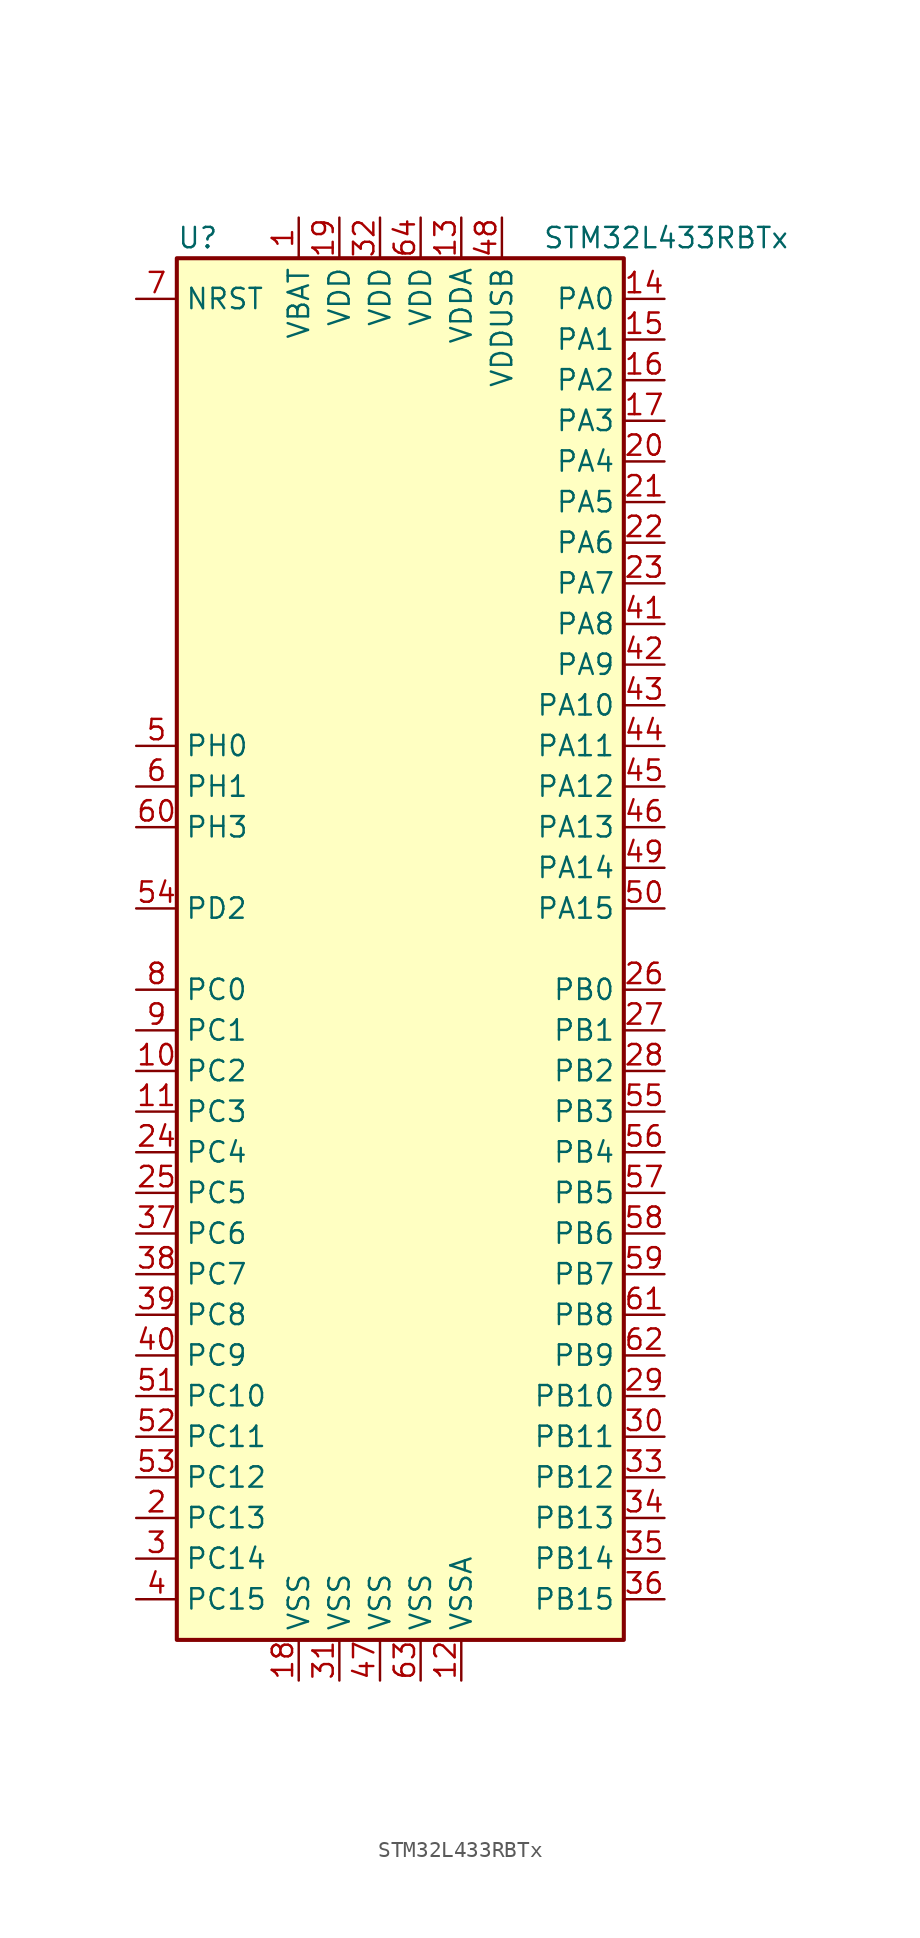
<source format=kicad_sym>
(kicad_symbol_lib
  (version 20201005)
  (generator kicad_symbol_editor)
  (symbol "STM32L433RBTx"
    (property "Reference" "U"
      (at -15.24 44.45 0)
      (effects (font (size 1.27 1.27)) (justify left)))
    (property "Value" "STM32L433RBTx"
      (at 7.62 44.45 0)
      (effects (font (size 1.27 1.27)) (justify left)))
    (symbol "STM32L433RBTx_0_1"
      (rectangle (start -15.24 -43.18) (end 12.7 43.18) (stroke (width 0.254)) (fill (type background))))
    (symbol "STM32L433RBTx_1_1"
      (pin input line (at -17.78 40.64 0) (length 2.54) (name "NRST" (effects (font (size 1.27 1.27)))) (number "7" (effects (font (size 1.27 1.27)))))
      (pin bidirectional line (at 15.24 40.64 180) (length 2.54) (name "PA0" (effects (font (size 1.27 1.27)))) (number "14" (effects (font (size 1.27 1.27)))))
      (pin bidirectional line (at 15.24 38.1 180) (length 2.54) (name "PA1" (effects (font (size 1.27 1.27)))) (number "15" (effects (font (size 1.27 1.27)))))
      (pin bidirectional line (at 15.24 15.24 180) (length 2.54) (name "PA10" (effects (font (size 1.27 1.27)))) (number "43" (effects (font (size 1.27 1.27)))))
      (pin bidirectional line (at 15.24 12.7 180) (length 2.54) (name "PA11" (effects (font (size 1.27 1.27)))) (number "44" (effects (font (size 1.27 1.27)))))
      (pin bidirectional line (at 15.24 10.16 180) (length 2.54) (name "PA12" (effects (font (size 1.27 1.27)))) (number "45" (effects (font (size 1.27 1.27)))))
      (pin bidirectional line (at 15.24 7.62 180) (length 2.54) (name "PA13" (effects (font (size 1.27 1.27)))) (number "46" (effects (font (size 1.27 1.27)))))
      (pin bidirectional line (at 15.24 5.08 180) (length 2.54) (name "PA14" (effects (font (size 1.27 1.27)))) (number "49" (effects (font (size 1.27 1.27)))))
      (pin bidirectional line (at 15.24 2.54 180) (length 2.54) (name "PA15" (effects (font (size 1.27 1.27)))) (number "50" (effects (font (size 1.27 1.27)))))
      (pin bidirectional line (at 15.24 35.56 180) (length 2.54) (name "PA2" (effects (font (size 1.27 1.27)))) (number "16" (effects (font (size 1.27 1.27)))))
      (pin bidirectional line (at 15.24 33.02 180) (length 2.54) (name "PA3" (effects (font (size 1.27 1.27)))) (number "17" (effects (font (size 1.27 1.27)))))
      (pin bidirectional line (at 15.24 30.48 180) (length 2.54) (name "PA4" (effects (font (size 1.27 1.27)))) (number "20" (effects (font (size 1.27 1.27)))))
      (pin bidirectional line (at 15.24 27.94 180) (length 2.54) (name "PA5" (effects (font (size 1.27 1.27)))) (number "21" (effects (font (size 1.27 1.27)))))
      (pin bidirectional line (at 15.24 25.4 180) (length 2.54) (name "PA6" (effects (font (size 1.27 1.27)))) (number "22" (effects (font (size 1.27 1.27)))))
      (pin bidirectional line (at 15.24 22.86 180) (length 2.54) (name "PA7" (effects (font (size 1.27 1.27)))) (number "23" (effects (font (size 1.27 1.27)))))
      (pin bidirectional line (at 15.24 20.32 180) (length 2.54) (name "PA8" (effects (font (size 1.27 1.27)))) (number "41" (effects (font (size 1.27 1.27)))))
      (pin bidirectional line (at 15.24 17.78 180) (length 2.54) (name "PA9" (effects (font (size 1.27 1.27)))) (number "42" (effects (font (size 1.27 1.27)))))
      (pin bidirectional line (at 15.24 -2.54 180) (length 2.54) (name "PB0" (effects (font (size 1.27 1.27)))) (number "26" (effects (font (size 1.27 1.27)))))
      (pin bidirectional line (at 15.24 -5.08 180) (length 2.54) (name "PB1" (effects (font (size 1.27 1.27)))) (number "27" (effects (font (size 1.27 1.27)))))
      (pin bidirectional line (at 15.24 -27.94 180) (length 2.54) (name "PB10" (effects (font (size 1.27 1.27)))) (number "29" (effects (font (size 1.27 1.27)))))
      (pin bidirectional line (at 15.24 -30.48 180) (length 2.54) (name "PB11" (effects (font (size 1.27 1.27)))) (number "30" (effects (font (size 1.27 1.27)))))
      (pin bidirectional line (at 15.24 -33.02 180) (length 2.54) (name "PB12" (effects (font (size 1.27 1.27)))) (number "33" (effects (font (size 1.27 1.27)))))
      (pin bidirectional line (at 15.24 -35.56 180) (length 2.54) (name "PB13" (effects (font (size 1.27 1.27)))) (number "34" (effects (font (size 1.27 1.27)))))
      (pin bidirectional line (at 15.24 -38.1 180) (length 2.54) (name "PB14" (effects (font (size 1.27 1.27)))) (number "35" (effects (font (size 1.27 1.27)))))
      (pin bidirectional line (at 15.24 -40.64 180) (length 2.54) (name "PB15" (effects (font (size 1.27 1.27)))) (number "36" (effects (font (size 1.27 1.27)))))
      (pin bidirectional line (at 15.24 -7.62 180) (length 2.54) (name "PB2" (effects (font (size 1.27 1.27)))) (number "28" (effects (font (size 1.27 1.27)))))
      (pin bidirectional line (at 15.24 -10.16 180) (length 2.54) (name "PB3" (effects (font (size 1.27 1.27)))) (number "55" (effects (font (size 1.27 1.27)))))
      (pin bidirectional line (at 15.24 -12.7 180) (length 2.54) (name "PB4" (effects (font (size 1.27 1.27)))) (number "56" (effects (font (size 1.27 1.27)))))
      (pin bidirectional line (at 15.24 -15.24 180) (length 2.54) (name "PB5" (effects (font (size 1.27 1.27)))) (number "57" (effects (font (size 1.27 1.27)))))
      (pin bidirectional line (at 15.24 -17.78 180) (length 2.54) (name "PB6" (effects (font (size 1.27 1.27)))) (number "58" (effects (font (size 1.27 1.27)))))
      (pin bidirectional line (at 15.24 -20.32 180) (length 2.54) (name "PB7" (effects (font (size 1.27 1.27)))) (number "59" (effects (font (size 1.27 1.27)))))
      (pin bidirectional line (at 15.24 -22.86 180) (length 2.54) (name "PB8" (effects (font (size 1.27 1.27)))) (number "61" (effects (font (size 1.27 1.27)))))
      (pin bidirectional line (at 15.24 -25.4 180) (length 2.54) (name "PB9" (effects (font (size 1.27 1.27)))) (number "62" (effects (font (size 1.27 1.27)))))
      (pin bidirectional line (at -17.78 -2.54 0) (length 2.54) (name "PC0" (effects (font (size 1.27 1.27)))) (number "8" (effects (font (size 1.27 1.27)))))
      (pin bidirectional line (at -17.78 -5.08 0) (length 2.54) (name "PC1" (effects (font (size 1.27 1.27)))) (number "9" (effects (font (size 1.27 1.27)))))
      (pin bidirectional line (at -17.78 -27.94 0) (length 2.54) (name "PC10" (effects (font (size 1.27 1.27)))) (number "51" (effects (font (size 1.27 1.27)))))
      (pin bidirectional line (at -17.78 -30.48 0) (length 2.54) (name "PC11" (effects (font (size 1.27 1.27)))) (number "52" (effects (font (size 1.27 1.27)))))
      (pin bidirectional line (at -17.78 -33.02 0) (length 2.54) (name "PC12" (effects (font (size 1.27 1.27)))) (number "53" (effects (font (size 1.27 1.27)))))
      (pin bidirectional line (at -17.78 -35.56 0) (length 2.54) (name "PC13" (effects (font (size 1.27 1.27)))) (number "2" (effects (font (size 1.27 1.27)))))
      (pin bidirectional line (at -17.78 -38.1 0) (length 2.54) (name "PC14" (effects (font (size 1.27 1.27)))) (number "3" (effects (font (size 1.27 1.27)))))
      (pin bidirectional line (at -17.78 -40.64 0) (length 2.54) (name "PC15" (effects (font (size 1.27 1.27)))) (number "4" (effects (font (size 1.27 1.27)))))
      (pin bidirectional line (at -17.78 -7.62 0) (length 2.54) (name "PC2" (effects (font (size 1.27 1.27)))) (number "10" (effects (font (size 1.27 1.27)))))
      (pin bidirectional line (at -17.78 -10.16 0) (length 2.54) (name "PC3" (effects (font (size 1.27 1.27)))) (number "11" (effects (font (size 1.27 1.27)))))
      (pin bidirectional line (at -17.78 -12.7 0) (length 2.54) (name "PC4" (effects (font (size 1.27 1.27)))) (number "24" (effects (font (size 1.27 1.27)))))
      (pin bidirectional line (at -17.78 -15.24 0) (length 2.54) (name "PC5" (effects (font (size 1.27 1.27)))) (number "25" (effects (font (size 1.27 1.27)))))
      (pin bidirectional line (at -17.78 -17.78 0) (length 2.54) (name "PC6" (effects (font (size 1.27 1.27)))) (number "37" (effects (font (size 1.27 1.27)))))
      (pin bidirectional line (at -17.78 -20.32 0) (length 2.54) (name "PC7" (effects (font (size 1.27 1.27)))) (number "38" (effects (font (size 1.27 1.27)))))
      (pin bidirectional line (at -17.78 -22.86 0) (length 2.54) (name "PC8" (effects (font (size 1.27 1.27)))) (number "39" (effects (font (size 1.27 1.27)))))
      (pin bidirectional line (at -17.78 -25.4 0) (length 2.54) (name "PC9" (effects (font (size 1.27 1.27)))) (number "40" (effects (font (size 1.27 1.27)))))
      (pin bidirectional line (at -17.78 2.54 0) (length 2.54) (name "PD2" (effects (font (size 1.27 1.27)))) (number "54" (effects (font (size 1.27 1.27)))))
      (pin input line (at -17.78 12.7 0) (length 2.54) (name "PH0" (effects (font (size 1.27 1.27)))) (number "5" (effects (font (size 1.27 1.27)))))
      (pin input line (at -17.78 10.16 0) (length 2.54) (name "PH1" (effects (font (size 1.27 1.27)))) (number "6" (effects (font (size 1.27 1.27)))))
      (pin bidirectional line (at -17.78 7.62 0) (length 2.54) (name "PH3" (effects (font (size 1.27 1.27)))) (number "60" (effects (font (size 1.27 1.27)))))
      (pin power_in line (at -7.62 45.72 270) (length 2.54) (name "VBAT" (effects (font (size 1.27 1.27)))) (number "1" (effects (font (size 1.27 1.27)))))
      (pin power_in line (at -5.08 45.72 270) (length 2.54) (name "VDD" (effects (font (size 1.27 1.27)))) (number "19" (effects (font (size 1.27 1.27)))))
      (pin power_in line (at -2.54 45.72 270) (length 2.54) (name "VDD" (effects (font (size 1.27 1.27)))) (number "32" (effects (font (size 1.27 1.27)))))
      (pin power_in line (at 0 45.72 270) (length 2.54) (name "VDD" (effects (font (size 1.27 1.27)))) (number "64" (effects (font (size 1.27 1.27)))))
      (pin power_in line (at 2.54 45.72 270) (length 2.54) (name "VDDA" (effects (font (size 1.27 1.27)))) (number "13" (effects (font (size 1.27 1.27)))))
      (pin power_in line (at 5.08 45.72 270) (length 2.54) (name "VDDUSB" (effects (font (size 1.27 1.27)))) (number "48" (effects (font (size 1.27 1.27)))))
      (pin power_in line (at -7.62 -45.72 90) (length 2.54) (name "VSS" (effects (font (size 1.27 1.27)))) (number "18" (effects (font (size 1.27 1.27)))))
      (pin power_in line (at -5.08 -45.72 90) (length 2.54) (name "VSS" (effects (font (size 1.27 1.27)))) (number "31" (effects (font (size 1.27 1.27)))))
      (pin power_in line (at -2.54 -45.72 90) (length 2.54) (name "VSS" (effects (font (size 1.27 1.27)))) (number "47" (effects (font (size 1.27 1.27)))))
      (pin power_in line (at 0 -45.72 90) (length 2.54) (name "VSS" (effects (font (size 1.27 1.27)))) (number "63" (effects (font (size 1.27 1.27)))))
      (pin power_in line (at 2.54 -45.72 90) (length 2.54) (name "VSSA" (effects (font (size 1.27 1.27)))) (number "12" (effects (font (size 1.27 1.27))))))))
</source>
